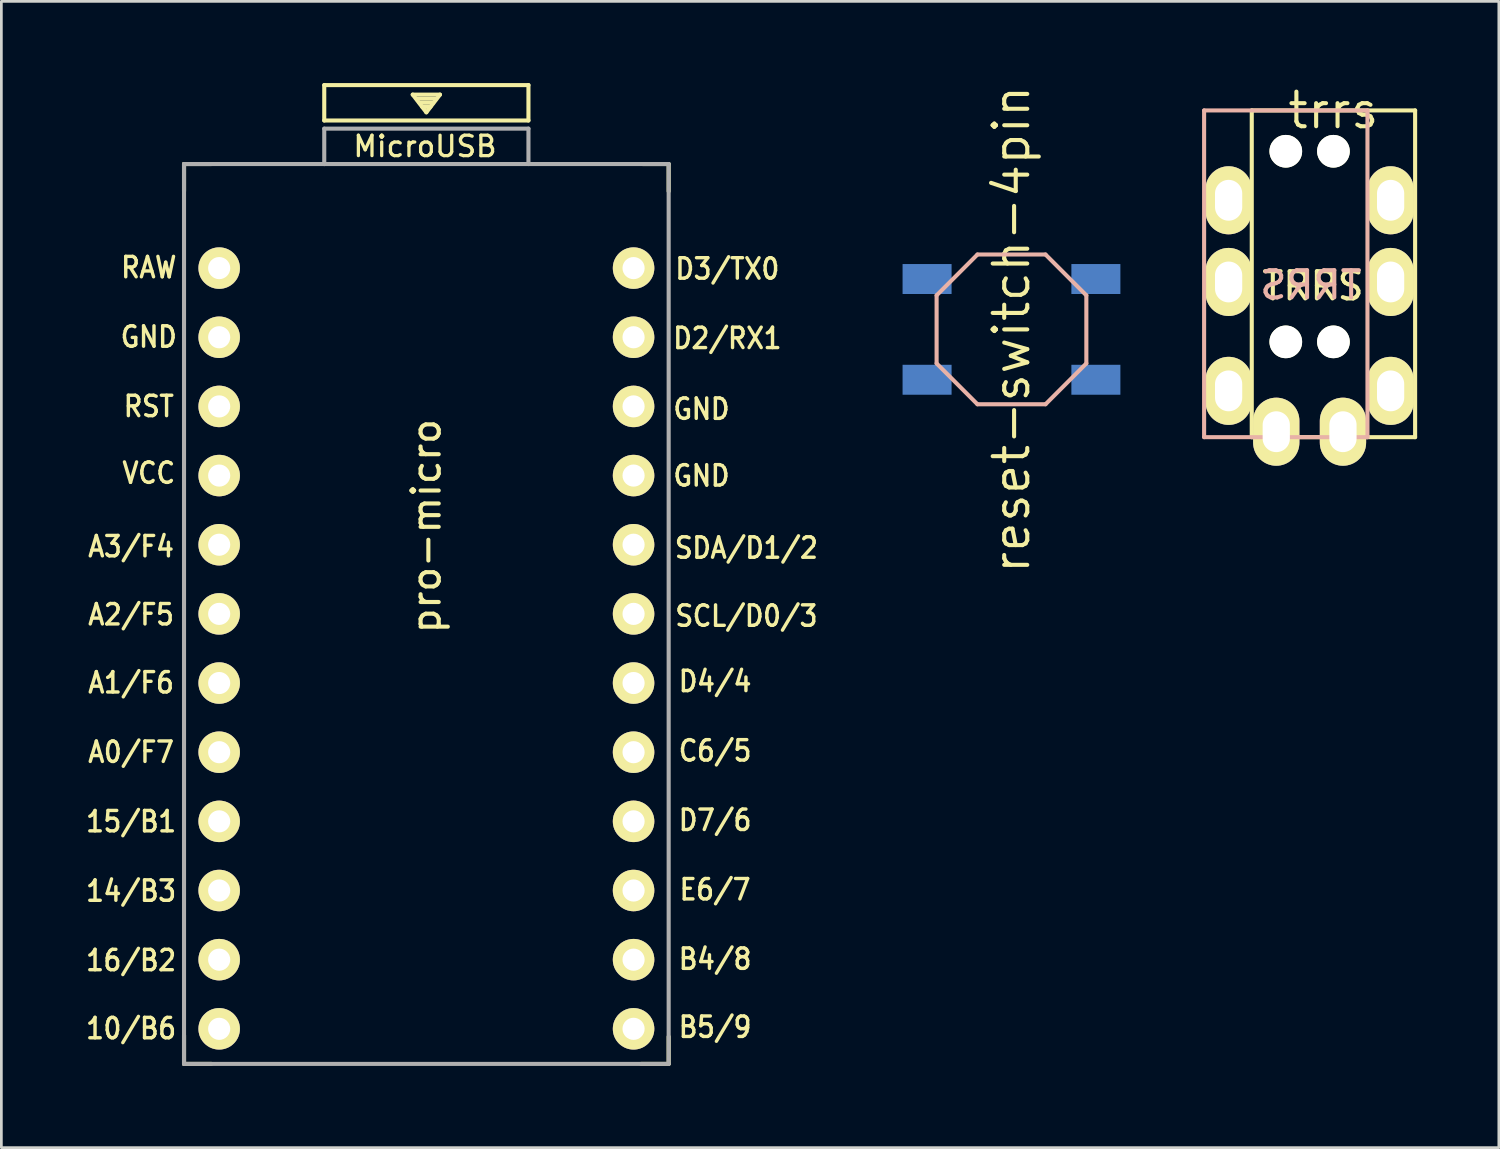
<source format=kicad_pcb>
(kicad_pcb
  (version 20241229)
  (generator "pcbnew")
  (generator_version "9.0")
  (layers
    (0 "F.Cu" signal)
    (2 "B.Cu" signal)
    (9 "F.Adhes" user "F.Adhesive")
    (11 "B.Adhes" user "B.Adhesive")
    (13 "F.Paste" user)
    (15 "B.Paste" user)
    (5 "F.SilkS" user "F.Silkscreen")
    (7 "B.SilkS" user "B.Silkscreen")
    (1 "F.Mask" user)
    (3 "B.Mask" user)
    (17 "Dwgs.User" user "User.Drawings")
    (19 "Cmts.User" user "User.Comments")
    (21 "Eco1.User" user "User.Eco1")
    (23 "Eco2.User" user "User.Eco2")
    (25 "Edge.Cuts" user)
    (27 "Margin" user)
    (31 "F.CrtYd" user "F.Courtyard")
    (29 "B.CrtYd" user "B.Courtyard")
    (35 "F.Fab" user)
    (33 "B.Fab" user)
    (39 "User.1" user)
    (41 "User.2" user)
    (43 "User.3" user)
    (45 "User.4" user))
  (footprint "reset-switch-4pin"
    (layer "F.Cu")
    (at 34.1 9.048)
    (property "Reference" "reset-switch-4pin" (at 0 0 270) (layer "F.SilkS") (effects (font (size 1.27 1.27) (thickness 0.15))))
    (attr through_hole)
    (fp_line (start -2.75 -1.25) (end -2.75 1.25) (stroke (width 0.15) (type solid)) (layer "B.SilkS"))
    (fp_line (start -2.75 -1.25) (end -1.25 -2.75) (stroke (width 0.15) (type solid)) (layer "B.SilkS"))
    (fp_line (start -2.75 1.25) (end -1.25 2.75) (stroke (width 0.15) (type solid)) (layer "B.SilkS"))
    (fp_line (start -1.25 -2.75) (end 1.25 -2.75) (stroke (width 0.15) (type solid)) (layer "B.SilkS"))
    (fp_line (start -1.25 2.75) (end 1.25 2.75) (stroke (width 0.15) (type solid)) (layer "B.SilkS"))
    (fp_line (start 2.75 -1.25) (end 1.25 -2.75) (stroke (width 0.15) (type solid)) (layer "B.SilkS"))
    (fp_line (start 2.75 -1.25) (end 2.75 1.25) (stroke (width 0.15) (type solid)) (layer "B.SilkS"))
    (fp_line (start 2.75 1.25) (end 1.25 2.75) (stroke (width 0.15) (type solid)) (layer "B.SilkS"))
    (pad "1" smd rect (at -3.1 -1.85) (size 1.8 1.1) (layers "B.Cu" "B.Mask" "B.Paste"))
    (pad "1" smd rect (at 3.1 -1.85) (size 1.8 1.1) (layers "B.Cu" "B.Mask" "B.Paste"))
    (pad "2" smd rect (at -3.1 1.85) (size 1.8 1.1) (layers "B.Cu" "B.Mask" "B.Paste"))
    (pad "2" smd rect (at 3.1 1.85) (size 1.8 1.1) (layers "B.Cu" "B.Mask" "B.Paste")))
  (footprint "pro-micro"
    (layer "F.Cu")
    (at 12.609 21.275)
    (property "Reference" "pro-micro" (at 0 -5 270) (layer "F.SilkS") (effects (font (size 1 1) (thickness 0.15))))
    (attr through_hole)
    (fp_line (start -8.9 -18.3) (end -8.9 -17.3) (stroke (width 0.15) (type solid)) (layer "F.SilkS"))
    (fp_line (start -8.9 -18.3) (end -7.9 -18.3) (stroke (width 0.15) (type solid)) (layer "F.SilkS"))
    (fp_line (start -8.9 13.7) (end -8.9 14.75) (stroke (width 0.15) (type solid)) (layer "F.SilkS"))
    (fp_line (start -8.9 14.75) (end -7.9 14.75) (stroke (width 0.15) (type solid)) (layer "F.SilkS"))
    (fp_line (start -3.75 -21.2) (end -3.75 -19.9) (stroke (width 0.15) (type solid)) (layer "F.SilkS"))
    (fp_line (start -3.75 -19.9) (end 3.75 -19.9) (stroke (width 0.15) (type solid)) (layer "F.SilkS"))
    (fp_line (start -0.5 -20.85) (end 0.5 -20.85) (stroke (width 0.15) (type solid)) (layer "F.SilkS"))
    (fp_line (start -0.35 -20.7) (end 0.35 -20.7) (stroke (width 0.15) (type solid)) (layer "F.SilkS"))
    (fp_line (start -0.25 -20.55) (end 0.25 -20.55) (stroke (width 0.15) (type solid)) (layer "F.SilkS"))
    (fp_line (start -0.15 -20.4) (end 0.15 -20.4) (stroke (width 0.15) (type solid)) (layer "F.SilkS"))
    (fp_line (start 0 -20.2) (end -0.5 -20.85) (stroke (width 0.15) (type solid)) (layer "F.SilkS"))
    (fp_line (start 0.5 -20.85) (end 0 -20.2) (stroke (width 0.15) (type solid)) (layer "F.SilkS"))
    (fp_line (start 3.75 -21.2) (end -3.75 -21.2) (stroke (width 0.15) (type solid)) (layer "F.SilkS"))
    (fp_line (start 3.75 -19.9) (end 3.75 -21.2) (stroke (width 0.15) (type solid)) (layer "F.SilkS"))
    (fp_line (start 8.9 -18.3) (end 7.95 -18.3) (stroke (width 0.15) (type solid)) (layer "F.SilkS"))
    (fp_line (start 8.9 -18.3) (end 8.9 -17.3) (stroke (width 0.15) (type solid)) (layer "F.SilkS"))
    (fp_line (start 8.9 13.75) (end 8.9 14.75) (stroke (width 0.15) (type solid)) (layer "F.SilkS"))
    (fp_line (start 8.9 14.75) (end 7.89 14.75) (stroke (width 0.15) (type solid)) (layer "F.SilkS"))
    (fp_line (start -8.9 -18.3) (end -3.75 -18.3) (stroke (width 0.15) (type solid)) (layer "F.Fab"))
    (fp_line (start -8.9 14.75) (end -8.9 -18.3) (stroke (width 0.15) (type solid)) (layer "F.Fab"))
    (fp_line (start -3.75 -19.6) (end -3.75 -18.299) (stroke (width 0.15) (type solid)) (layer "F.Fab"))
    (fp_line (start -3.75 -19.6) (end 3.75 -19.6) (stroke (width 0.15) (type solid)) (layer "F.Fab"))
    (fp_line (start -3.75 -18.3) (end 3.75 -18.3) (stroke (width 0.15) (type solid)) (layer "F.Fab"))
    (fp_line (start 3.75 -19.6) (end 3.75 -18.3) (stroke (width 0.15) (type solid)) (layer "F.Fab"))
    (fp_line (start 3.76 -18.3) (end 8.9 -18.3) (stroke (width 0.15) (type solid)) (layer "F.Fab"))
    (fp_line (start 8.9 -18.3) (end 8.9 14.75) (stroke (width 0.15) (type solid)) (layer "F.Fab"))
    (fp_line (start 8.9 14.75) (end -8.9 14.75) (stroke (width 0.15) (type solid)) (layer "F.Fab"))
    (fp_text user "A0/F7" (at -10.845 3.3 0) (unlocked yes) (layer "F.SilkS") (effects (font (size 0.75 0.67) (thickness 0.125))))
    (fp_text user "VCC" (at -10.195 -6.95 0) (unlocked yes) (layer "F.SilkS") (effects (font (size 0.75 0.67) (thickness 0.125))))
    (fp_text user "D2/RX1" (at 11.055 -11.9 0) (unlocked yes) (layer "F.SilkS") (effects (font (size 0.75 0.67) (thickness 0.125))))
    (fp_text user "MicroUSB" (at -0.05 -18.95 0) (layer "F.SilkS") (effects (font (size 0.75 0.75) (thickness 0.12))))
    (fp_text user "D3/TX0" (at 11.055 -14.45 0) (unlocked yes) (layer "F.SilkS") (effects (font (size 0.75 0.67) (thickness 0.125))))
    (fp_text user "B4/8" (at 10.605 10.9 0) (unlocked yes) (layer "F.SilkS") (effects (font (size 0.75 0.67) (thickness 0.125))))
    (fp_text user "D4/4" (at 10.605 0.7 0) (unlocked yes) (layer "F.SilkS") (effects (font (size 0.75 0.67) (thickness 0.125))))
    (fp_text user "D7/6" (at 10.605 5.8 0) (unlocked yes) (layer "F.SilkS") (effects (font (size 0.75 0.67) (thickness 0.125))))
    (fp_text user "C6/5" (at 10.605 3.25 0) (unlocked yes) (layer "F.SilkS") (effects (font (size 0.75 0.67) (thickness 0.125))))
    (fp_text user "A3/F4" (at -10.845 -4.25 0) (unlocked yes) (layer "F.SilkS") (effects (font (size 0.75 0.67) (thickness 0.125))))
    (fp_text user "RAW" (at -10.195 -14.5 0) (unlocked yes) (layer "F.SilkS") (effects (font (size 0.75 0.67) (thickness 0.125))))
    (fp_text user "E6/7" (at 10.605 8.35 0) (unlocked yes) (layer "F.SilkS") (effects (font (size 0.75 0.67) (thickness 0.125))))
    (fp_text user "15/B1" (at -10.845 5.85 0) (unlocked yes) (layer "F.SilkS") (effects (font (size 0.75 0.67) (thickness 0.125))))
    (fp_text user "GND" (at -10.195 -11.95 0) (unlocked yes) (layer "F.SilkS") (effects (font (size 0.75 0.67) (thickness 0.125))))
    (fp_text user "A1/F6" (at -10.845 0.75 0) (unlocked yes) (layer "F.SilkS") (effects (font (size 0.75 0.67) (thickness 0.125))))
    (fp_text user "" (at -0.545 -17.4 0) (layer "F.SilkS") (effects (font (size 1 1) (thickness 0.15))))
    (fp_text user "16/B2" (at -10.845 10.95 0) (unlocked yes) (layer "F.SilkS") (effects (font (size 0.75 0.67) (thickness 0.125))))
    (fp_text user "GND" (at 10.105 -6.85 0) (unlocked yes) (layer "F.SilkS") (effects (font (size 0.75 0.67) (thickness 0.125))))
    (fp_text user "SCL/D0/3" (at 11.755 -1.7 0) (unlocked yes) (layer "F.SilkS") (effects (font (size 0.75 0.67) (thickness 0.125))))
    (fp_text user "SDA/D1/2" (at 11.755 -4.2 0) (unlocked yes) (layer "F.SilkS") (effects (font (size 0.75 0.67) (thickness 0.125))))
    (fp_text user "10/B6" (at -10.845 13.45 0) (unlocked yes) (layer "F.SilkS") (effects (font (size 0.75 0.67) (thickness 0.125))))
    (fp_text user "14/B3" (at -10.845 8.4 0) (unlocked yes) (layer "F.SilkS") (effects (font (size 0.75 0.67) (thickness 0.125))))
    (fp_text user "GND" (at 10.105 -9.3 0) (unlocked yes) (layer "F.SilkS") (effects (font (size 0.75 0.67) (thickness 0.125))))
    (fp_text user "A2/F5" (at -10.845 -1.75 0) (unlocked yes) (layer "F.SilkS") (effects (font (size 0.75 0.67) (thickness 0.125))))
    (fp_text user "B5/9" (at 10.605 13.4 0) (unlocked yes) (layer "F.SilkS") (effects (font (size 0.75 0.67) (thickness 0.125))))
    (fp_text user "RST" (at -10.195 -9.4 0) (unlocked yes) (layer "F.SilkS") (effects (font (size 0.75 0.67) (thickness 0.125))))
    (fp_text user "" (at -1.252 -16.256 0) (layer "B.SilkS") (effects (font (size 1 1) (thickness 0.15)) (justify mirror)))
    (pad "1" thru_hole circle (at 7.611 -14.478) (size 1.524 1.524) (drill 0.813) (layers "*.Cu" "B.Mask" "F.SilkS"))
    (pad "2" thru_hole circle (at 7.611 -11.938) (size 1.524 1.524) (drill 0.813) (layers "*.Cu" "B.Mask" "F.SilkS"))
    (pad "3" thru_hole circle (at 7.611 -9.398) (size 1.524 1.524) (drill 0.813) (layers "*.Cu" "B.Mask" "F.SilkS"))
    (pad "4" thru_hole circle (at 7.611 -6.858) (size 1.524 1.524) (drill 0.813) (layers "*.Cu" "B.Mask" "F.SilkS"))
    (pad "5" thru_hole circle (at 7.611 -4.318) (size 1.524 1.524) (drill 0.813) (layers "*.Cu" "B.Mask" "F.SilkS"))
    (pad "6" thru_hole circle (at 7.611 -1.778) (size 1.524 1.524) (drill 0.813) (layers "*.Cu" "B.Mask" "F.SilkS"))
    (pad "7" thru_hole circle (at 7.611 0.762) (size 1.524 1.524) (drill 0.813) (layers "*.Cu" "B.Mask" "F.SilkS"))
    (pad "8" thru_hole circle (at 7.611 3.302) (size 1.524 1.524) (drill 0.813) (layers "*.Cu" "B.Mask" "F.SilkS"))
    (pad "9" thru_hole circle (at 7.611 5.842) (size 1.524 1.524) (drill 0.813) (layers "*.Cu" "B.Mask" "F.SilkS"))
    (pad "10" thru_hole circle (at 7.611 8.382) (size 1.524 1.524) (drill 0.813) (layers "*.Cu" "B.Mask" "F.SilkS"))
    (pad "11" thru_hole circle (at 7.611 10.922) (size 1.524 1.524) (drill 0.813) (layers "*.Cu" "B.Mask" "F.SilkS"))
    (pad "12" thru_hole circle (at 7.611 13.462) (size 1.524 1.524) (drill 0.813) (layers "*.Cu" "B.Mask" "F.SilkS"))
    (pad "13" thru_hole circle (at -7.609 13.462) (size 1.524 1.524) (drill 0.813) (layers "*.Cu" "B.Mask" "F.SilkS"))
    (pad "14" thru_hole circle (at -7.609 10.922) (size 1.524 1.524) (drill 0.813) (layers "*.Cu" "B.Mask" "F.SilkS"))
    (pad "15" thru_hole circle (at -7.609 8.382) (size 1.524 1.524) (drill 0.813) (layers "*.Cu" "B.Mask" "F.SilkS"))
    (pad "16" thru_hole circle (at -7.609 5.842) (size 1.524 1.524) (drill 0.813) (layers "*.Cu" "B.Mask" "F.SilkS"))
    (pad "17" thru_hole circle (at -7.609 3.302) (size 1.524 1.524) (drill 0.813) (layers "*.Cu" "B.Mask" "F.SilkS"))
    (pad "18" thru_hole circle (at -7.609 0.762) (size 1.524 1.524) (drill 0.813) (layers "*.Cu" "B.Mask" "F.SilkS"))
    (pad "19" thru_hole circle (at -7.609 -1.778) (size 1.524 1.524) (drill 0.813) (layers "*.Cu" "B.Mask" "F.SilkS"))
    (pad "20" thru_hole circle (at -7.609 -4.318) (size 1.524 1.524) (drill 0.813) (layers "*.Cu" "B.Mask" "F.SilkS"))
    (pad "21" thru_hole circle (at -7.609 -6.858) (size 1.524 1.524) (drill 0.813) (layers "*.Cu" "B.Mask" "F.SilkS"))
    (pad "22" thru_hole circle (at -7.609 -9.398) (size 1.524 1.524) (drill 0.813) (layers "*.Cu" "B.Mask" "F.SilkS"))
    (pad "23" thru_hole circle (at -7.609 -11.938) (size 1.524 1.524) (drill 0.813) (layers "*.Cu" "B.Mask" "F.SilkS"))
    (pad "24" thru_hole circle (at -7.609 -14.478) (size 1.524 1.524) (drill 0.813) (layers "*.Cu" "B.Mask" "F.SilkS")))
  (footprint "trrs"
    (layer "F.Cu")
    (at 45.925 1.006)
    (property "Reference" "trrs" (at 0 0 0) (layer "F.SilkS") (effects (font (size 1.27 1.27) (thickness 0.15))))
    (attr through_hole)
    (fp_line (start -3 0) (end 3 0) (stroke (width 0.15) (type solid)) (layer "F.SilkS"))
    (fp_line (start -3 12) (end -3 0) (stroke (width 0.15) (type solid)) (layer "F.SilkS"))
    (fp_line (start 3 0) (end 3 12) (stroke (width 0.15) (type solid)) (layer "F.SilkS"))
    (fp_line (start 3 12) (end -3 12) (stroke (width 0.15) (type solid)) (layer "F.SilkS"))
    (fp_line (start -4.75 0) (end 1.25 0) (stroke (width 0.15) (type solid)) (layer "B.SilkS"))
    (fp_line (start -4.75 12) (end -4.75 0) (stroke (width 0.15) (type solid)) (layer "B.SilkS"))
    (fp_line (start 1.25 0) (end 1.25 12) (stroke (width 0.15) (type solid)) (layer "B.SilkS"))
    (fp_line (start 1.25 12) (end -4.75 12) (stroke (width 0.15) (type solid)) (layer "B.SilkS"))
    (fp_text user "TRRS" (at -0.75 6.45 0) (layer "F.SilkS") (effects (font (size 1 1) (thickness 0.15))))
    (fp_text user "TRRS" (at -0.826 6.413 0) (layer "B.SilkS") (effects (font (size 1 1) (thickness 0.15)) (justify mirror)))
    (pad "" np_thru_hole circle (at -1.75 1.5) (size 1.2 1.2) (drill 1.2) (layers "*.Cu" "*.Mask" "F.SilkS"))
    (pad "" np_thru_hole circle (at -1.75 8.5) (size 1.2 1.2) (drill 1.2) (layers "*.Cu" "*.Mask" "F.SilkS"))
    (pad "" np_thru_hole circle (at 0 1.5) (size 1.2 1.2) (drill 1.2) (layers "*.Cu" "*.Mask" "F.SilkS"))
    (pad "" np_thru_hole circle (at 0 8.5) (size 1.2 1.2) (drill 1.2) (layers "*.Cu" "*.Mask" "F.SilkS"))
    (pad "A" thru_hole oval (at -2.1 11.8) (size 1.7 2.5) (drill oval 1 1.5) (layers "*.Cu" "*.Mask" "F.SilkS"))
    (pad "A" thru_hole oval (at 0.35 11.8) (size 1.7 2.5) (drill oval 1 1.5) (layers "*.Cu" "*.Mask" "F.SilkS"))
    (pad "B" thru_hole oval (at -3.85 3.3) (size 1.7 2.5) (drill oval 1 1.5) (layers "*.Cu" "*.Mask" "F.SilkS"))
    (pad "B" thru_hole oval (at 2.1 3.3) (size 1.7 2.5) (drill oval 1 1.5) (layers "*.Cu" "*.Mask" "F.SilkS"))
    (pad "C" thru_hole oval (at -3.85 6.3) (size 1.7 2.5) (drill oval 1 1.5) (layers "*.Cu" "*.Mask" "F.SilkS"))
    (pad "C" thru_hole oval (at 2.1 6.3) (size 1.7 2.5) (drill oval 1 1.5) (layers "*.Cu" "*.Mask" "F.SilkS"))
    (pad "D" thru_hole oval (at -3.85 10.3) (size 1.7 2.5) (drill oval 1 1.5) (layers "*.Cu" "*.Mask" "F.SilkS"))
    (pad "D" thru_hole oval (at 2.1 10.3) (size 1.7 2.5) (drill oval 1 1.5) (layers "*.Cu" "*.Mask" "F.SilkS")))
  (gr_rect
    (start -3 -3)
    (end 52 39.1)
    (stroke (width 0.1) (type default))
    (fill no)
    (layer "Edge.Cuts")))
</source>
